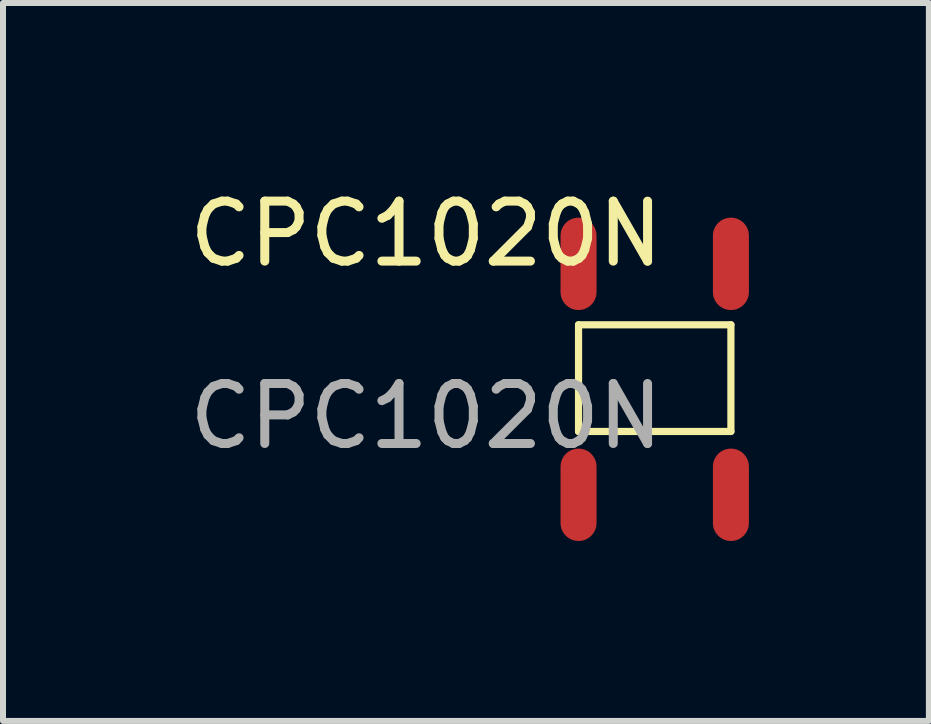
<source format=kicad_pcb>
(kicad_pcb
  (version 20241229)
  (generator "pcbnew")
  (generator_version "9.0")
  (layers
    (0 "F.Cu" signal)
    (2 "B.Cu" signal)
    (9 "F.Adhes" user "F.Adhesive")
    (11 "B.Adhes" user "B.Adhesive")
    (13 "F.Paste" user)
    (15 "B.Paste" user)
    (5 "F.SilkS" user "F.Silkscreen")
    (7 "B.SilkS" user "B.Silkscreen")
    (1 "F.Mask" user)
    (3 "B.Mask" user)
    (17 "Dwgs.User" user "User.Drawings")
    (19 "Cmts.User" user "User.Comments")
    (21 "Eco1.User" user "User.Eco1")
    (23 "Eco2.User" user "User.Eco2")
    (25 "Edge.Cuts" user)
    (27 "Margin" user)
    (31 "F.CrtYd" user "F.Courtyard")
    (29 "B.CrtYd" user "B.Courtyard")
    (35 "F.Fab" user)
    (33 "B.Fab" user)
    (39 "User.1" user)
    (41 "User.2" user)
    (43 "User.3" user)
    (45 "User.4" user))
  (footprint "CPC1020N"
    (layer "F.Cu")
    (at 6.594 1.348)
    (property "Reference" "CPC1020N" (at -2.54 -0.5 0) (unlocked yes) (layer "F.SilkS") (effects (font (size 1 1) (thickness 0.15))))
    (attr smd)
    (fp_line (start 0 1.016) (end 2.54 1.016) (stroke (width 0.12) (type solid)) (layer "F.SilkS"))
    (fp_line (start 0 2.794) (end 0 1.016) (stroke (width 0.12) (type solid)) (layer "F.SilkS"))
    (fp_line (start 2.54 1.016) (end 2.54 2.794) (stroke (width 0.12) (type solid)) (layer "F.SilkS"))
    (fp_line (start 2.54 2.794) (end 0 2.794) (stroke (width 0.12) (type solid)) (layer "F.SilkS"))
    (fp_text user "${REFERENCE}" (at -2.54 2.54 0) (unlocked yes) (layer "F.Fab") (effects (font (size 1 1) (thickness 0.15))))
    (pad "1" smd oval (at 0 3.85 90) (size 1.54 0.6) (layers "F.Cu" "F.Mask" "F.Paste"))
    (pad "2" smd oval (at 2.54 3.85 90) (size 1.54 0.6) (layers "F.Cu" "F.Mask" "F.Paste"))
    (pad "3" smd oval (at 2.54 0 90) (size 1.54 0.6) (layers "F.Cu" "F.Mask" "F.Paste"))
    (pad "4" smd oval (at 0 0 90) (size 1.54 0.6) (layers "F.Cu" "F.Mask" "F.Paste")))
  (gr_rect
    (start -3 -3)
    (end 12.434 8.968)
    (stroke (width 0.1) (type default))
    (fill no)
    (layer "Edge.Cuts")))
</source>
